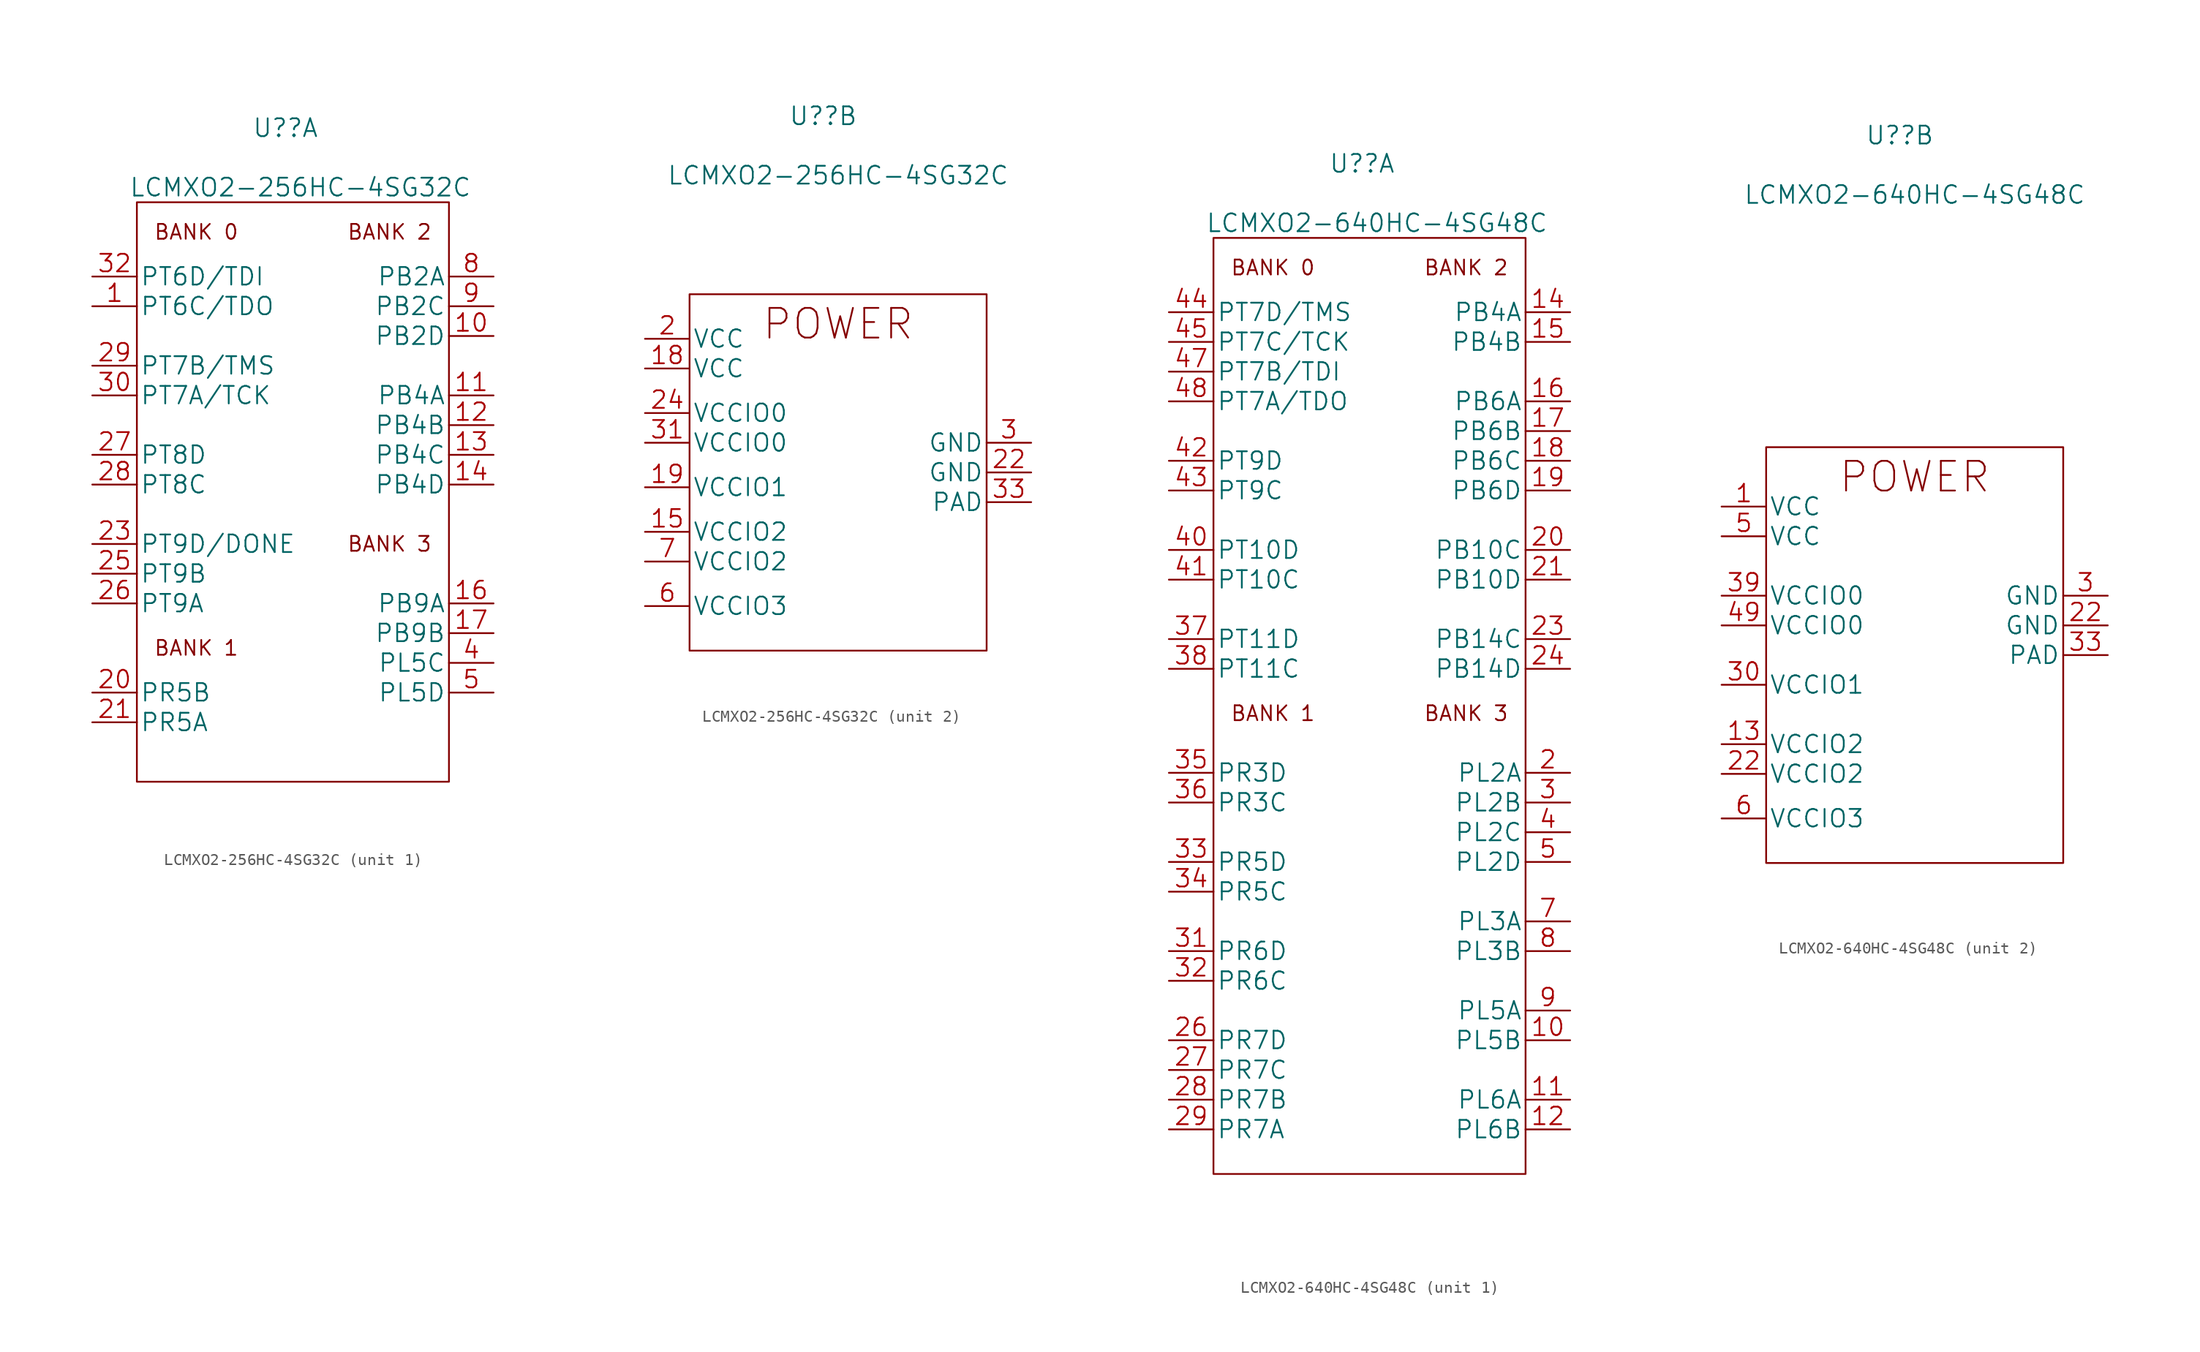
<source format=kicad_sym>
(kicad_symbol_lib
  (version 20231120)
  (generator "kicad_symbol_editor")
  (generator_version "8.0")
  (symbol "LCMXO2-256HC-4SG32C"
    (pin_names
      (offset 0.254))
    (property "Reference" "U?"
      (at -1.27 30.48 0)
      (effects (font (size 1.524 1.524))))
    (property "Value" "LCMXO2-256HC-4SG32C"
      (at 0 25.4 0)
      (effects (font (size 1.524 1.524))))
    (property "Datasheet" ""
      (at -17.78 20.32 0)
      (effects (font (size 1.524 1.524))))
    (property "ki_locked" ""
      (at 0 0 0)
      (effects (font (size 1.27 1.27))))
    (symbol "LCMXO2-256HC-4SG32C_1_0"
      (rectangle (start -13.97 24.13) (end 12.7 -25.4) (stroke (width 0) (type default)) (fill (type none)))
      (text "BANK 0" (at -8.89 21.59 0) (effects (font (size 1.27 1.27))))
      (text "BANK 1" (at -8.89 -13.97 0) (effects (font (size 1.27 1.27))))
      (text "BANK 2" (at 7.62 21.59 0) (effects (font (size 1.27 1.27))))
      (text "BANK 3" (at 7.62 -5.08 0) (effects (font (size 1.27 1.27))))
      (pin unspecified line (at -17.78 15.24 0) (length 3.81) (name "PT6C/TDO" (effects (font (size 1.499 1.499)))) (number "1" (effects (font (size 1.499 1.499)))))
      (pin unspecified line (at 16.51 12.7 180) (length 3.81) (name "PB2D" (effects (font (size 1.499 1.499)))) (number "10" (effects (font (size 1.499 1.499)))))
      (pin unspecified line (at 16.51 7.62 180) (length 3.81) (name "PB4A" (effects (font (size 1.499 1.499)))) (number "11" (effects (font (size 1.499 1.499)))))
      (pin unspecified line (at 16.51 5.08 180) (length 3.81) (name "PB4B" (effects (font (size 1.499 1.499)))) (number "12" (effects (font (size 1.499 1.499)))))
      (pin unspecified line (at 16.51 2.54 180) (length 3.81) (name "PB4C" (effects (font (size 1.499 1.499)))) (number "13" (effects (font (size 1.499 1.499)))))
      (pin unspecified line (at 16.51 0 180) (length 3.81) (name "PB4D" (effects (font (size 1.499 1.499)))) (number "14" (effects (font (size 1.499 1.499)))))
      (pin unspecified line (at 16.51 -10.16 180) (length 3.81) (name "PB9A" (effects (font (size 1.499 1.499)))) (number "16" (effects (font (size 1.499 1.499)))))
      (pin unspecified line (at 16.51 -12.7 180) (length 3.81) (name "PB9B" (effects (font (size 1.499 1.499)))) (number "17" (effects (font (size 1.499 1.499)))))
      (pin unspecified line (at -17.78 -17.78 0) (length 3.81) (name "PR5B" (effects (font (size 1.499 1.499)))) (number "20" (effects (font (size 1.499 1.499)))))
      (pin unspecified line (at -17.78 -20.32 0) (length 3.81) (name "PR5A" (effects (font (size 1.499 1.499)))) (number "21" (effects (font (size 1.499 1.499)))))
      (pin unspecified line (at -17.78 -5.08 0) (length 3.81) (name "PT9D/DONE" (effects (font (size 1.499 1.499)))) (number "23" (effects (font (size 1.499 1.499)))))
      (pin unspecified line (at -17.78 -7.62 0) (length 3.81) (name "PT9B" (effects (font (size 1.499 1.499)))) (number "25" (effects (font (size 1.499 1.499)))))
      (pin unspecified line (at -17.78 -10.16 0) (length 3.81) (name "PT9A" (effects (font (size 1.499 1.499)))) (number "26" (effects (font (size 1.499 1.499)))))
      (pin unspecified line (at -17.78 2.54 0) (length 3.81) (name "PT8D" (effects (font (size 1.499 1.499)))) (number "27" (effects (font (size 1.499 1.499)))))
      (pin unspecified line (at -17.78 0 0) (length 3.81) (name "PT8C" (effects (font (size 1.499 1.499)))) (number "28" (effects (font (size 1.499 1.499)))))
      (pin unspecified line (at -17.78 7.62 0) (length 3.81) (name "PT7A/TCK" (effects (font (size 1.499 1.499)))) (number "30" (effects (font (size 1.499 1.499)))))
      (pin unspecified line (at -17.78 17.78 0) (length 3.81) (name "PT6D/TDI" (effects (font (size 1.499 1.499)))) (number "32" (effects (font (size 1.499 1.499)))))
      (pin unspecified line (at 16.51 -15.24 180) (length 3.81) (name "PL5C" (effects (font (size 1.499 1.499)))) (number "4" (effects (font (size 1.499 1.499)))))
      (pin unspecified line (at 16.51 -17.78 180) (length 3.81) (name "PL5D" (effects (font (size 1.499 1.499)))) (number "5" (effects (font (size 1.499 1.499)))))
      (pin unspecified line (at 16.51 17.78 180) (length 3.81) (name "PB2A" (effects (font (size 1.499 1.499)))) (number "8" (effects (font (size 1.499 1.499)))))
      (pin unspecified line (at 16.51 15.24 180) (length 3.81) (name "PB2C" (effects (font (size 1.499 1.499)))) (number "9" (effects (font (size 1.499 1.499))))))
    (symbol "LCMXO2-256HC-4SG32C_1_1"
      (pin unspecified line (at -17.78 10.16 0) (length 3.81) (name "PT7B/TMS" (effects (font (size 1.499 1.499)))) (number "29" (effects (font (size 1.499 1.499))))))
    (symbol "LCMXO2-256HC-4SG32C_2_0"
      (rectangle (start -12.7 15.24) (end 12.7 -15.24) (stroke (width 0) (type default)) (fill (type none)))
      (text "POWER" (at 0 12.7 0) (effects (font (size 2.54 2.54))))
      (pin power_in line (at -16.51 -5.08 0) (length 3.81) (name "VCCIO2" (effects (font (size 1.499 1.499)))) (number "15" (effects (font (size 1.499 1.499)))))
      (pin power_in line (at -16.51 8.89 0) (length 3.81) (name "VCC" (effects (font (size 1.499 1.499)))) (number "18" (effects (font (size 1.499 1.499)))))
      (pin power_in line (at -16.51 -1.27 0) (length 3.81) (name "VCCIO1" (effects (font (size 1.499 1.499)))) (number "19" (effects (font (size 1.499 1.499)))))
      (pin power_in line (at -16.51 11.43 0) (length 3.81) (name "VCC" (effects (font (size 1.499 1.499)))) (number "2" (effects (font (size 1.499 1.499)))))
      (pin power_in line (at 16.51 0 180) (length 3.81) (name "GND" (effects (font (size 1.499 1.499)))) (number "22" (effects (font (size 1.499 1.499)))))
      (pin power_in line (at -16.51 5.08 0) (length 3.81) (name "VCCIO0" (effects (font (size 1.499 1.499)))) (number "24" (effects (font (size 1.499 1.499)))))
      (pin power_in line (at 16.51 2.54 180) (length 3.81) (name "GND" (effects (font (size 1.499 1.499)))) (number "3" (effects (font (size 1.499 1.499)))))
      (pin power_in line (at -16.51 2.54 0) (length 3.81) (name "VCCIO0" (effects (font (size 1.499 1.499)))) (number "31" (effects (font (size 1.499 1.499)))))
      (pin power_in line (at -16.51 -11.43 0) (length 3.81) (name "VCCIO3" (effects (font (size 1.499 1.499)))) (number "6" (effects (font (size 1.499 1.499)))))
      (pin power_in line (at -16.51 -7.62 0) (length 3.81) (name "VCCIO2" (effects (font (size 1.499 1.499)))) (number "7" (effects (font (size 1.499 1.499))))))
    (symbol "LCMXO2-256HC-4SG32C_2_1"
      (pin unspecified line (at 16.51 -2.54 180) (length 3.81) (name "PAD" (effects (font (size 1.499 1.499)))) (number "33" (effects (font (size 1.499 1.499)))))))
  (symbol "LCMXO2-640HC-4SG48C"
    (pin_names
      (offset 0.254))
    (property "Reference" "U?"
      (at -1.27 44.45 0)
      (effects (font (size 1.524 1.524))))
    (property "Value" "LCMXO2-640HC-4SG48C"
      (at 0 39.37 0)
      (effects (font (size 1.524 1.524))))
    (property "Datasheet" ""
      (at -17.78 34.29 0)
      (effects (font (size 1.524 1.524))))
    (property "ki_locked" ""
      (at 0 0 0)
      (effects (font (size 1.27 1.27))))
    (symbol "LCMXO2-640HC-4SG48C_1_0"
      (rectangle (start -13.97 38.1) (end 12.7 -41.91) (stroke (width 0) (type default)) (fill (type none)))
      (text "BANK 0" (at -8.89 35.56 0) (effects (font (size 1.27 1.27))))
      (text "BANK 1" (at -8.89 -2.54 0) (effects (font (size 1.27 1.27))))
      (text "BANK 2" (at 7.62 35.56 0) (effects (font (size 1.27 1.27))))
      (text "BANK 3" (at 7.62 -2.54 0) (effects (font (size 1.27 1.27))))
      (pin unspecified line (at 16.51 -30.48 180) (length 3.81) (name "PL5B" (effects (font (size 1.499 1.499)))) (number "10" (effects (font (size 1.499 1.499)))))
      (pin unspecified line (at 16.51 -35.56 180) (length 3.81) (name "PL6A" (effects (font (size 1.499 1.499)))) (number "11" (effects (font (size 1.499 1.499)))))
      (pin unspecified line (at 16.51 -38.1 180) (length 3.81) (name "PL6B" (effects (font (size 1.499 1.499)))) (number "12" (effects (font (size 1.499 1.499)))))
      (pin unspecified line (at 16.51 31.75 180) (length 3.81) (name "PB4A" (effects (font (size 1.499 1.499)))) (number "14" (effects (font (size 1.499 1.499)))))
      (pin unspecified line (at 16.51 29.21 180) (length 3.81) (name "PB4B" (effects (font (size 1.499 1.499)))) (number "15" (effects (font (size 1.499 1.499)))))
      (pin unspecified line (at 16.51 24.13 180) (length 3.81) (name "PB6A" (effects (font (size 1.499 1.499)))) (number "16" (effects (font (size 1.499 1.499)))))
      (pin unspecified line (at 16.51 21.59 180) (length 3.81) (name "PB6B" (effects (font (size 1.499 1.499)))) (number "17" (effects (font (size 1.499 1.499)))))
      (pin unspecified line (at 16.51 19.05 180) (length 3.81) (name "PB6C" (effects (font (size 1.499 1.499)))) (number "18" (effects (font (size 1.499 1.499)))))
      (pin unspecified line (at 16.51 16.51 180) (length 3.81) (name "PB6D" (effects (font (size 1.499 1.499)))) (number "19" (effects (font (size 1.499 1.499)))))
      (pin unspecified line (at 16.51 -7.62 180) (length 3.81) (name "PL2A" (effects (font (size 1.499 1.499)))) (number "2" (effects (font (size 1.499 1.499)))))
      (pin unspecified line (at 16.51 11.43 180) (length 3.81) (name "PB10C" (effects (font (size 1.499 1.499)))) (number "20" (effects (font (size 1.499 1.499)))))
      (pin unspecified line (at 16.51 8.89 180) (length 3.81) (name "PB10D" (effects (font (size 1.499 1.499)))) (number "21" (effects (font (size 1.499 1.499)))))
      (pin unspecified line (at 16.51 3.81 180) (length 3.81) (name "PB14C" (effects (font (size 1.499 1.499)))) (number "23" (effects (font (size 1.499 1.499)))))
      (pin unspecified line (at 16.51 1.27 180) (length 3.81) (name "PB14D" (effects (font (size 1.499 1.499)))) (number "24" (effects (font (size 1.499 1.499)))))
      (pin unspecified line (at -17.78 -30.48 0) (length 3.81) (name "PR7D" (effects (font (size 1.499 1.499)))) (number "26" (effects (font (size 1.499 1.499)))))
      (pin unspecified line (at -17.78 -33.02 0) (length 3.81) (name "PR7C" (effects (font (size 1.499 1.499)))) (number "27" (effects (font (size 1.499 1.499)))))
      (pin unspecified line (at -17.78 -35.56 0) (length 3.81) (name "PR7B" (effects (font (size 1.499 1.499)))) (number "28" (effects (font (size 1.499 1.499)))))
      (pin unspecified line (at -17.78 -38.1 0) (length 3.81) (name "PR7A" (effects (font (size 1.499 1.499)))) (number "29" (effects (font (size 1.499 1.499)))))
      (pin unspecified line (at 16.51 -10.16 180) (length 3.81) (name "PL2B" (effects (font (size 1.499 1.499)))) (number "3" (effects (font (size 1.499 1.499)))))
      (pin unspecified line (at -17.78 -22.86 0) (length 3.81) (name "PR6D" (effects (font (size 1.499 1.499)))) (number "31" (effects (font (size 1.499 1.499)))))
      (pin unspecified line (at -17.78 -25.4 0) (length 3.81) (name "PR6C" (effects (font (size 1.499 1.499)))) (number "32" (effects (font (size 1.499 1.499)))))
      (pin unspecified line (at -17.78 -15.24 0) (length 3.81) (name "PR5D" (effects (font (size 1.499 1.499)))) (number "33" (effects (font (size 1.499 1.499)))))
      (pin unspecified line (at -17.78 -17.78 0) (length 3.81) (name "PR5C" (effects (font (size 1.499 1.499)))) (number "34" (effects (font (size 1.499 1.499)))))
      (pin unspecified line (at -17.78 -7.62 0) (length 3.81) (name "PR3D" (effects (font (size 1.499 1.499)))) (number "35" (effects (font (size 1.499 1.499)))))
      (pin unspecified line (at -17.78 -10.16 0) (length 3.81) (name "PR3C" (effects (font (size 1.499 1.499)))) (number "36" (effects (font (size 1.499 1.499)))))
      (pin unspecified line (at -17.78 3.81 0) (length 3.81) (name "PT11D" (effects (font (size 1.499 1.499)))) (number "37" (effects (font (size 1.499 1.499)))))
      (pin unspecified line (at -17.78 1.27 0) (length 3.81) (name "PT11C" (effects (font (size 1.499 1.499)))) (number "38" (effects (font (size 1.499 1.499)))))
      (pin unspecified line (at 16.51 -12.7 180) (length 3.81) (name "PL2C" (effects (font (size 1.499 1.499)))) (number "4" (effects (font (size 1.499 1.499)))))
      (pin unspecified line (at -17.78 11.43 0) (length 3.81) (name "PT10D" (effects (font (size 1.499 1.499)))) (number "40" (effects (font (size 1.499 1.499)))))
      (pin unspecified line (at -17.78 8.89 0) (length 3.81) (name "PT10C" (effects (font (size 1.499 1.499)))) (number "41" (effects (font (size 1.499 1.499)))))
      (pin unspecified line (at -17.78 19.05 0) (length 3.81) (name "PT9D" (effects (font (size 1.499 1.499)))) (number "42" (effects (font (size 1.499 1.499)))))
      (pin unspecified line (at -17.78 16.51 0) (length 3.81) (name "PT9C" (effects (font (size 1.499 1.499)))) (number "43" (effects (font (size 1.499 1.499)))))
      (pin unspecified line (at -17.78 29.21 0) (length 3.81) (name "PT7C/TCK" (effects (font (size 1.499 1.499)))) (number "45" (effects (font (size 1.499 1.499)))))
      (pin unspecified line (at -17.78 24.13 0) (length 3.81) (name "PT7A/TDO" (effects (font (size 1.499 1.499)))) (number "48" (effects (font (size 1.499 1.499)))))
      (pin unspecified line (at 16.51 -15.24 180) (length 3.81) (name "PL2D" (effects (font (size 1.499 1.499)))) (number "5" (effects (font (size 1.499 1.499)))))
      (pin unspecified line (at 16.51 -20.32 180) (length 3.81) (name "PL3A" (effects (font (size 1.499 1.499)))) (number "7" (effects (font (size 1.499 1.499)))))
      (pin unspecified line (at 16.51 -22.86 180) (length 3.81) (name "PL3B" (effects (font (size 1.499 1.499)))) (number "8" (effects (font (size 1.499 1.499)))))
      (pin unspecified line (at 16.51 -27.94 180) (length 3.81) (name "PL5A" (effects (font (size 1.499 1.499)))) (number "9" (effects (font (size 1.499 1.499))))))
    (symbol "LCMXO2-640HC-4SG48C_1_1"
      (pin unspecified line (at -17.78 31.75 0) (length 3.81) (name "PT7D/TMS" (effects (font (size 1.499 1.499)))) (number "44" (effects (font (size 1.499 1.499)))))
      (pin unspecified line (at -17.78 26.67 0) (length 3.81) (name "PT7B/TDI" (effects (font (size 1.499 1.499)))) (number "47" (effects (font (size 1.499 1.499))))))
    (symbol "LCMXO2-640HC-4SG48C_2_0"
      (rectangle (start -12.7 17.78) (end 12.7 -17.78) (stroke (width 0) (type default)) (fill (type none)))
      (text "POWER" (at 0 15.24 0) (effects (font (size 2.54 2.54))))
      (pin power_in line (at -16.51 12.7 0) (length 3.81) (name "VCC" (effects (font (size 1.499 1.499)))) (number "1" (effects (font (size 1.499 1.499)))))
      (pin power_in line (at -16.51 -7.62 0) (length 3.81) (name "VCCIO2" (effects (font (size 1.499 1.499)))) (number "13" (effects (font (size 1.499 1.499)))))
      (pin power_in line (at 16.51 2.54 180) (length 3.81) (name "GND" (effects (font (size 1.499 1.499)))) (number "22" (effects (font (size 1.499 1.499)))))
      (pin power_in line (at -16.51 -10.16 0) (length 3.81) (name "VCCIO2" (effects (font (size 1.499 1.499)))) (number "22" (effects (font (size 1.499 1.499)))))
      (pin power_in line (at 16.51 5.08 180) (length 3.81) (name "GND" (effects (font (size 1.499 1.499)))) (number "3" (effects (font (size 1.499 1.499)))))
      (pin power_in line (at -16.51 -2.54 0) (length 3.81) (name "VCCIO1" (effects (font (size 1.499 1.499)))) (number "30" (effects (font (size 1.499 1.499)))))
      (pin power_in line (at -16.51 5.08 0) (length 3.81) (name "VCCIO0" (effects (font (size 1.499 1.499)))) (number "39" (effects (font (size 1.499 1.499)))))
      (pin power_in line (at -16.51 2.54 0) (length 3.81) (name "VCCIO0" (effects (font (size 1.499 1.499)))) (number "49" (effects (font (size 1.499 1.499)))))
      (pin power_in line (at -16.51 10.16 0) (length 3.81) (name "VCC" (effects (font (size 1.499 1.499)))) (number "5" (effects (font (size 1.499 1.499)))))
      (pin power_in line (at -16.51 -13.97 0) (length 3.81) (name "VCCIO3" (effects (font (size 1.499 1.499)))) (number "6" (effects (font (size 1.499 1.499))))))
    (symbol "LCMXO2-640HC-4SG48C_2_1"
      (pin unspecified line (at 16.51 0 180) (length 3.81) (name "PAD" (effects (font (size 1.499 1.499)))) (number "33" (effects (font (size 1.499 1.499))))))))
</source>
